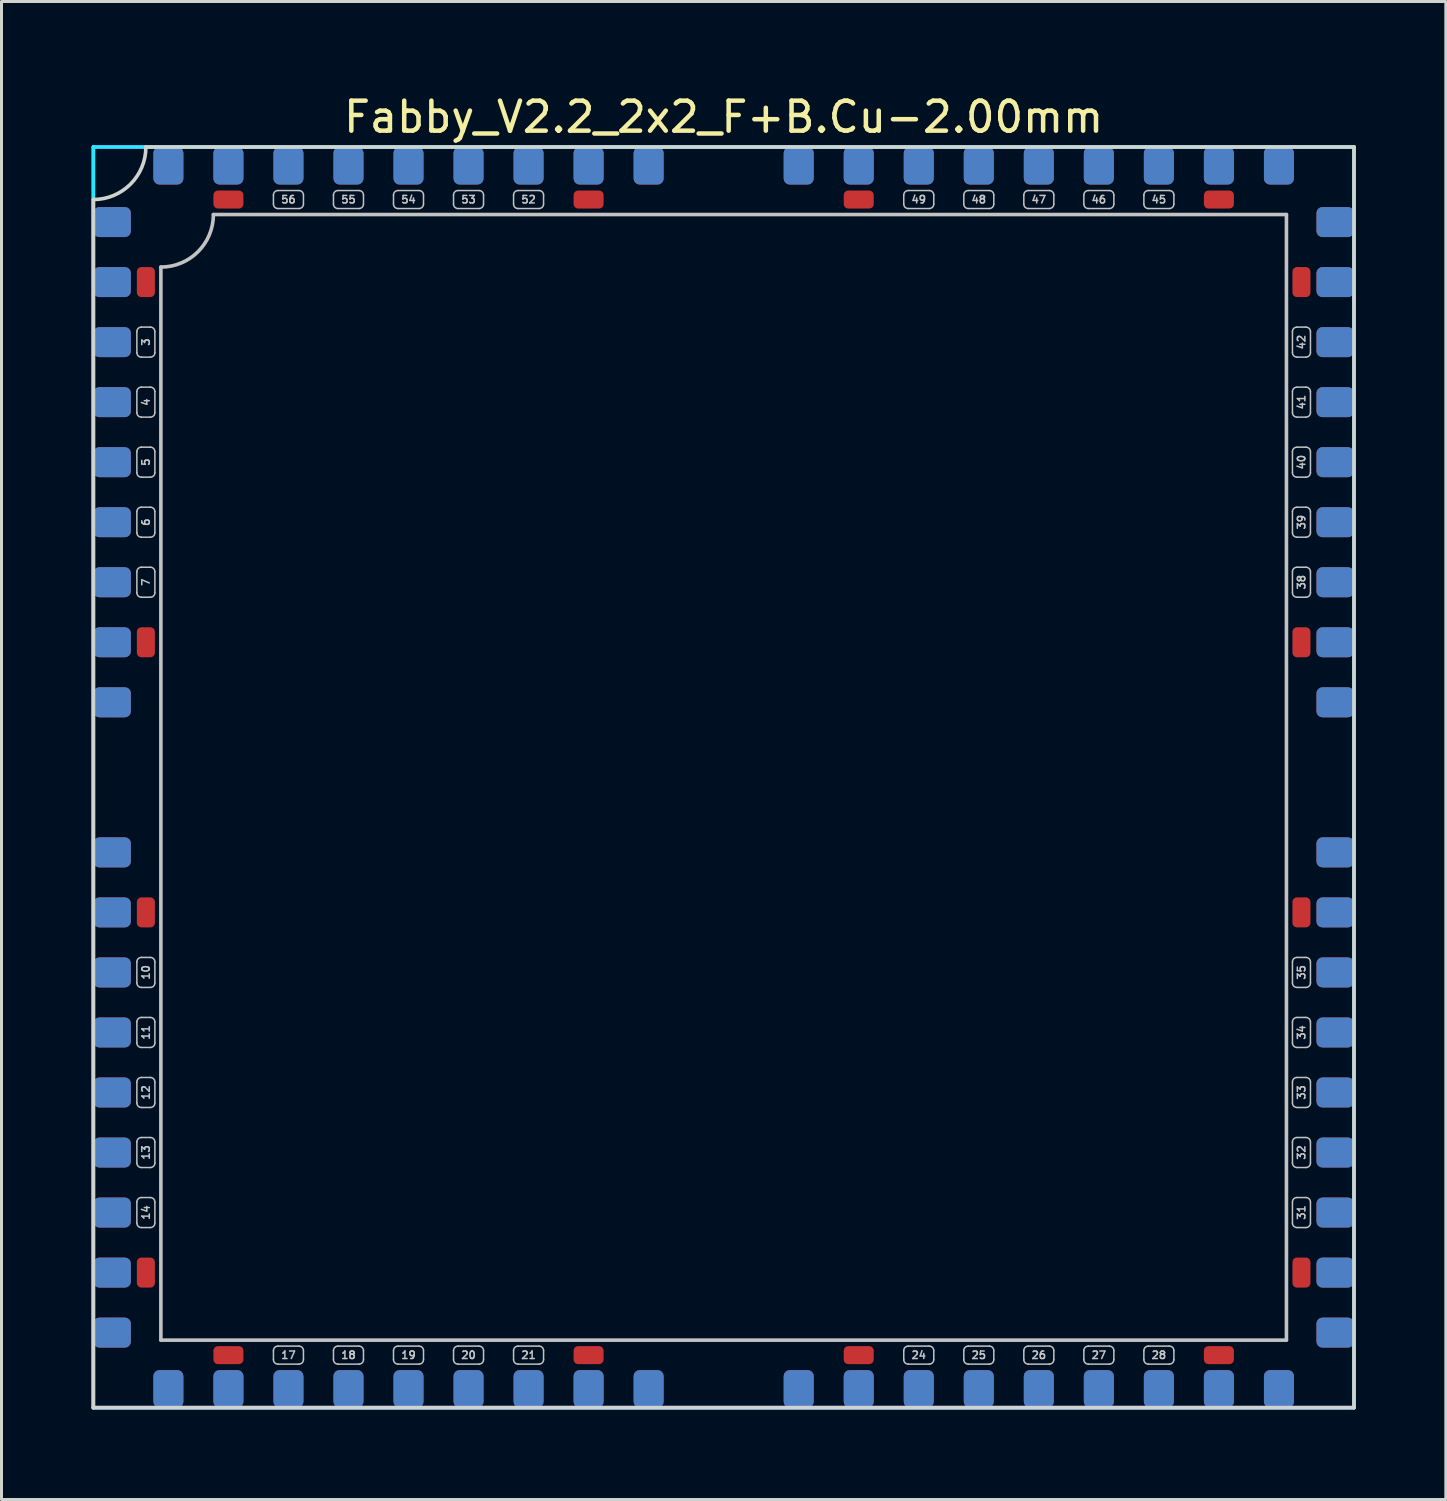
<source format=kicad_pcb>
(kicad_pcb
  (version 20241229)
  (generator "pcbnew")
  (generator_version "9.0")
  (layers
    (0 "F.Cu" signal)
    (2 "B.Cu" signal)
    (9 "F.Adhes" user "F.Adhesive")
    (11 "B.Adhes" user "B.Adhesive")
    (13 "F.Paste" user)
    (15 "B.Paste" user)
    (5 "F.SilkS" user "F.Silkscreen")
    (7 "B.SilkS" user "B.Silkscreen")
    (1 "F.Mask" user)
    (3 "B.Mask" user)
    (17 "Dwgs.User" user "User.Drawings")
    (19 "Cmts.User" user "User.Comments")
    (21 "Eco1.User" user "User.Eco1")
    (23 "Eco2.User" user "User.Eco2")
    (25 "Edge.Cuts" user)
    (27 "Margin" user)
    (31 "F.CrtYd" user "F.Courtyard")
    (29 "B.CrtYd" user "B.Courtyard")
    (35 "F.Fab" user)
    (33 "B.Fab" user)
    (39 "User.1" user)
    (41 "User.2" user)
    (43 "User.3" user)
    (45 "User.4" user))
  (footprint "Fabby_V2.2_2x2_F+B.Cu-2.00mm"
    (layer "F.Cu")
    (at 21.06 22.848)
    (property "Reference" "Fabby_V2.2_2x2_F+B.Cu-2.00mm" (at 0 -22 0) (layer "F.SilkS") (effects (font (size 1 1) (thickness 0.15))))
    (attr through_hole)
    (fp_line (start -19.55 -14.15) (end -19.55 -14.85) (stroke (width 0.05) (type solid)) (layer "Dwgs.User"))
    (fp_line (start -19.55 -12.15) (end -19.55 -12.85) (stroke (width 0.05) (type solid)) (layer "Dwgs.User"))
    (fp_line (start -19.55 -10.15) (end -19.55 -10.85) (stroke (width 0.05) (type solid)) (layer "Dwgs.User"))
    (fp_line (start -19.55 -8.15) (end -19.55 -8.85) (stroke (width 0.05) (type solid)) (layer "Dwgs.User"))
    (fp_line (start -19.55 -6.15) (end -19.55 -6.85) (stroke (width 0.05) (type solid)) (layer "Dwgs.User"))
    (fp_line (start -19.55 6.15) (end -19.55 6.85) (stroke (width 0.05) (type solid)) (layer "Dwgs.User"))
    (fp_line (start -19.55 8.15) (end -19.55 8.85) (stroke (width 0.05) (type solid)) (layer "Dwgs.User"))
    (fp_line (start -19.55 10.15) (end -19.55 10.85) (stroke (width 0.05) (type solid)) (layer "Dwgs.User"))
    (fp_line (start -19.55 12.15) (end -19.55 12.85) (stroke (width 0.05) (type solid)) (layer "Dwgs.User"))
    (fp_line (start -19.55 14.15) (end -19.55 14.85) (stroke (width 0.05) (type solid)) (layer "Dwgs.User"))
    (fp_line (start -19.4 -15) (end -19.1 -15) (stroke (width 0.05) (type solid)) (layer "Dwgs.User"))
    (fp_line (start -19.4 -14) (end -19.1 -14) (stroke (width 0.05) (type solid)) (layer "Dwgs.User"))
    (fp_line (start -19.4 -13) (end -19.1 -13) (stroke (width 0.05) (type solid)) (layer "Dwgs.User"))
    (fp_line (start -19.4 -12) (end -19.1 -12) (stroke (width 0.05) (type solid)) (layer "Dwgs.User"))
    (fp_line (start -19.4 -11) (end -19.1 -11) (stroke (width 0.05) (type solid)) (layer "Dwgs.User"))
    (fp_line (start -19.4 -10) (end -19.1 -10) (stroke (width 0.05) (type solid)) (layer "Dwgs.User"))
    (fp_line (start -19.4 -9) (end -19.1 -9) (stroke (width 0.05) (type solid)) (layer "Dwgs.User"))
    (fp_line (start -19.4 -8) (end -19.1 -8) (stroke (width 0.05) (type solid)) (layer "Dwgs.User"))
    (fp_line (start -19.4 -7) (end -19.1 -7) (stroke (width 0.05) (type solid)) (layer "Dwgs.User"))
    (fp_line (start -19.4 -6) (end -19.1 -6) (stroke (width 0.05) (type solid)) (layer "Dwgs.User"))
    (fp_line (start -19.1 6) (end -19.4 6) (stroke (width 0.05) (type solid)) (layer "Dwgs.User"))
    (fp_line (start -19.1 7) (end -19.4 7) (stroke (width 0.05) (type solid)) (layer "Dwgs.User"))
    (fp_line (start -19.1 8) (end -19.4 8) (stroke (width 0.05) (type solid)) (layer "Dwgs.User"))
    (fp_line (start -19.1 9) (end -19.4 9) (stroke (width 0.05) (type solid)) (layer "Dwgs.User"))
    (fp_line (start -19.1 10) (end -19.4 10) (stroke (width 0.05) (type solid)) (layer "Dwgs.User"))
    (fp_line (start -19.1 11) (end -19.4 11) (stroke (width 0.05) (type solid)) (layer "Dwgs.User"))
    (fp_line (start -19.1 12) (end -19.4 12) (stroke (width 0.05) (type solid)) (layer "Dwgs.User"))
    (fp_line (start -19.1 13) (end -19.4 13) (stroke (width 0.05) (type solid)) (layer "Dwgs.User"))
    (fp_line (start -19.1 14) (end -19.4 14) (stroke (width 0.05) (type solid)) (layer "Dwgs.User"))
    (fp_line (start -19.1 15) (end -19.4 15) (stroke (width 0.05) (type solid)) (layer "Dwgs.User"))
    (fp_line (start -18.95 -14.15) (end -18.95 -14.85) (stroke (width 0.05) (type solid)) (layer "Dwgs.User"))
    (fp_line (start -18.95 -12.15) (end -18.95 -12.85) (stroke (width 0.05) (type solid)) (layer "Dwgs.User"))
    (fp_line (start -18.95 -10.15) (end -18.95 -10.85) (stroke (width 0.05) (type solid)) (layer "Dwgs.User"))
    (fp_line (start -18.95 -8.15) (end -18.95 -8.85) (stroke (width 0.05) (type solid)) (layer "Dwgs.User"))
    (fp_line (start -18.95 -6.15) (end -18.95 -6.85) (stroke (width 0.05) (type solid)) (layer "Dwgs.User"))
    (fp_line (start -18.95 6.15) (end -18.95 6.85) (stroke (width 0.05) (type solid)) (layer "Dwgs.User"))
    (fp_line (start -18.95 8.15) (end -18.95 8.85) (stroke (width 0.05) (type solid)) (layer "Dwgs.User"))
    (fp_line (start -18.95 10.15) (end -18.95 10.85) (stroke (width 0.05) (type solid)) (layer "Dwgs.User"))
    (fp_line (start -18.95 12.15) (end -18.95 12.85) (stroke (width 0.05) (type solid)) (layer "Dwgs.User"))
    (fp_line (start -18.95 14.15) (end -18.95 14.85) (stroke (width 0.05) (type solid)) (layer "Dwgs.User"))
    (fp_line (start -18.75 18.75) (end -18.75 -17) (stroke (width 0.12) (type solid)) (layer "Dwgs.User"))
    (fp_line (start -17 -18.75) (end 18.75 -18.75) (stroke (width 0.12) (type solid)) (layer "Dwgs.User"))
    (fp_line (start -15 -19.1) (end -15 -19.4) (stroke (width 0.05) (type solid)) (layer "Dwgs.User"))
    (fp_line (start -15 19.4) (end -15 19.1) (stroke (width 0.05) (type solid)) (layer "Dwgs.User"))
    (fp_line (start -14.15 -19.55) (end -14.85 -19.55) (stroke (width 0.05) (type solid)) (layer "Dwgs.User"))
    (fp_line (start -14.15 -18.95) (end -14.85 -18.95) (stroke (width 0.05) (type solid)) (layer "Dwgs.User"))
    (fp_line (start -14.15 18.95) (end -14.85 18.95) (stroke (width 0.05) (type solid)) (layer "Dwgs.User"))
    (fp_line (start -14.15 19.55) (end -14.85 19.55) (stroke (width 0.05) (type solid)) (layer "Dwgs.User"))
    (fp_line (start -14 -19.1) (end -14 -19.4) (stroke (width 0.05) (type solid)) (layer "Dwgs.User"))
    (fp_line (start -14 19.4) (end -14 19.1) (stroke (width 0.05) (type solid)) (layer "Dwgs.User"))
    (fp_line (start -13 -19.1) (end -13 -19.4) (stroke (width 0.05) (type solid)) (layer "Dwgs.User"))
    (fp_line (start -13 19.4) (end -13 19.1) (stroke (width 0.05) (type solid)) (layer "Dwgs.User"))
    (fp_line (start -12.15 -19.55) (end -12.85 -19.55) (stroke (width 0.05) (type solid)) (layer "Dwgs.User"))
    (fp_line (start -12.15 -18.95) (end -12.85 -18.95) (stroke (width 0.05) (type solid)) (layer "Dwgs.User"))
    (fp_line (start -12.15 18.95) (end -12.85 18.95) (stroke (width 0.05) (type solid)) (layer "Dwgs.User"))
    (fp_line (start -12.15 19.55) (end -12.85 19.55) (stroke (width 0.05) (type solid)) (layer "Dwgs.User"))
    (fp_line (start -12 -19.1) (end -12 -19.4) (stroke (width 0.05) (type solid)) (layer "Dwgs.User"))
    (fp_line (start -12 19.4) (end -12 19.1) (stroke (width 0.05) (type solid)) (layer "Dwgs.User"))
    (fp_line (start -11 -19.1) (end -11 -19.4) (stroke (width 0.05) (type solid)) (layer "Dwgs.User"))
    (fp_line (start -11 19.4) (end -11 19.1) (stroke (width 0.05) (type solid)) (layer "Dwgs.User"))
    (fp_line (start -10.15 -19.55) (end -10.85 -19.55) (stroke (width 0.05) (type solid)) (layer "Dwgs.User"))
    (fp_line (start -10.15 -18.95) (end -10.85 -18.95) (stroke (width 0.05) (type solid)) (layer "Dwgs.User"))
    (fp_line (start -10.15 18.95) (end -10.85 18.95) (stroke (width 0.05) (type solid)) (layer "Dwgs.User"))
    (fp_line (start -10.15 19.55) (end -10.85 19.55) (stroke (width 0.05) (type solid)) (layer "Dwgs.User"))
    (fp_line (start -10 -19.1) (end -10 -19.4) (stroke (width 0.05) (type solid)) (layer "Dwgs.User"))
    (fp_line (start -10 19.4) (end -10 19.1) (stroke (width 0.05) (type solid)) (layer "Dwgs.User"))
    (fp_line (start -9 -19.1) (end -9 -19.4) (stroke (width 0.05) (type solid)) (layer "Dwgs.User"))
    (fp_line (start -9 19.4) (end -9 19.1) (stroke (width 0.05) (type solid)) (layer "Dwgs.User"))
    (fp_line (start -8.15 -19.55) (end -8.85 -19.55) (stroke (width 0.05) (type solid)) (layer "Dwgs.User"))
    (fp_line (start -8.15 -18.95) (end -8.85 -18.95) (stroke (width 0.05) (type solid)) (layer "Dwgs.User"))
    (fp_line (start -8.15 18.95) (end -8.85 18.95) (stroke (width 0.05) (type solid)) (layer "Dwgs.User"))
    (fp_line (start -8.15 19.55) (end -8.85 19.55) (stroke (width 0.05) (type solid)) (layer "Dwgs.User"))
    (fp_line (start -8 -19.1) (end -8 -19.4) (stroke (width 0.05) (type solid)) (layer "Dwgs.User"))
    (fp_line (start -8 19.4) (end -8 19.1) (stroke (width 0.05) (type solid)) (layer "Dwgs.User"))
    (fp_line (start -7 -19.1) (end -7 -19.4) (stroke (width 0.05) (type solid)) (layer "Dwgs.User"))
    (fp_line (start -7 19.4) (end -7 19.1) (stroke (width 0.05) (type solid)) (layer "Dwgs.User"))
    (fp_line (start -6.15 -19.55) (end -6.85 -19.55) (stroke (width 0.05) (type solid)) (layer "Dwgs.User"))
    (fp_line (start -6.15 -18.95) (end -6.85 -18.95) (stroke (width 0.05) (type solid)) (layer "Dwgs.User"))
    (fp_line (start -6.15 18.95) (end -6.85 18.95) (stroke (width 0.05) (type solid)) (layer "Dwgs.User"))
    (fp_line (start -6.15 19.55) (end -6.85 19.55) (stroke (width 0.05) (type solid)) (layer "Dwgs.User"))
    (fp_line (start -6 -19.1) (end -6 -19.4) (stroke (width 0.05) (type solid)) (layer "Dwgs.User"))
    (fp_line (start -6 19.4) (end -6 19.1) (stroke (width 0.05) (type solid)) (layer "Dwgs.User"))
    (fp_line (start 6 -19.1) (end 6 -19.4) (stroke (width 0.05) (type solid)) (layer "Dwgs.User"))
    (fp_line (start 6 19.4) (end 6 19.1) (stroke (width 0.05) (type solid)) (layer "Dwgs.User"))
    (fp_line (start 6.85 -19.55) (end 6.15 -19.55) (stroke (width 0.05) (type solid)) (layer "Dwgs.User"))
    (fp_line (start 6.85 -18.95) (end 6.15 -18.95) (stroke (width 0.05) (type solid)) (layer "Dwgs.User"))
    (fp_line (start 6.85 18.95) (end 6.15 18.95) (stroke (width 0.05) (type solid)) (layer "Dwgs.User"))
    (fp_line (start 6.85 19.55) (end 6.15 19.55) (stroke (width 0.05) (type solid)) (layer "Dwgs.User"))
    (fp_line (start 7 -19.1) (end 7 -19.4) (stroke (width 0.05) (type solid)) (layer "Dwgs.User"))
    (fp_line (start 7 19.4) (end 7 19.1) (stroke (width 0.05) (type solid)) (layer "Dwgs.User"))
    (fp_line (start 8 -19.1) (end 8 -19.4) (stroke (width 0.05) (type solid)) (layer "Dwgs.User"))
    (fp_line (start 8 19.4) (end 8 19.1) (stroke (width 0.05) (type solid)) (layer "Dwgs.User"))
    (fp_line (start 8.85 -19.55) (end 8.15 -19.55) (stroke (width 0.05) (type solid)) (layer "Dwgs.User"))
    (fp_line (start 8.85 -18.95) (end 8.15 -18.95) (stroke (width 0.05) (type solid)) (layer "Dwgs.User"))
    (fp_line (start 8.85 18.95) (end 8.15 18.95) (stroke (width 0.05) (type solid)) (layer "Dwgs.User"))
    (fp_line (start 8.85 19.55) (end 8.15 19.55) (stroke (width 0.05) (type solid)) (layer "Dwgs.User"))
    (fp_line (start 9 -19.1) (end 9 -19.4) (stroke (width 0.05) (type solid)) (layer "Dwgs.User"))
    (fp_line (start 9 19.4) (end 9 19.1) (stroke (width 0.05) (type solid)) (layer "Dwgs.User"))
    (fp_line (start 10 -19.1) (end 10 -19.4) (stroke (width 0.05) (type solid)) (layer "Dwgs.User"))
    (fp_line (start 10 19.4) (end 10 19.1) (stroke (width 0.05) (type solid)) (layer "Dwgs.User"))
    (fp_line (start 10.85 -19.55) (end 10.15 -19.55) (stroke (width 0.05) (type solid)) (layer "Dwgs.User"))
    (fp_line (start 10.85 -18.95) (end 10.15 -18.95) (stroke (width 0.05) (type solid)) (layer "Dwgs.User"))
    (fp_line (start 10.85 18.95) (end 10.15 18.95) (stroke (width 0.05) (type solid)) (layer "Dwgs.User"))
    (fp_line (start 10.85 19.55) (end 10.15 19.55) (stroke (width 0.05) (type solid)) (layer "Dwgs.User"))
    (fp_line (start 11 -19.1) (end 11 -19.4) (stroke (width 0.05) (type solid)) (layer "Dwgs.User"))
    (fp_line (start 11 19.4) (end 11 19.1) (stroke (width 0.05) (type solid)) (layer "Dwgs.User"))
    (fp_line (start 12 -19.1) (end 12 -19.4) (stroke (width 0.05) (type solid)) (layer "Dwgs.User"))
    (fp_line (start 12 19.4) (end 12 19.1) (stroke (width 0.05) (type solid)) (layer "Dwgs.User"))
    (fp_line (start 12.85 -19.55) (end 12.15 -19.55) (stroke (width 0.05) (type solid)) (layer "Dwgs.User"))
    (fp_line (start 12.85 -18.95) (end 12.15 -18.95) (stroke (width 0.05) (type solid)) (layer "Dwgs.User"))
    (fp_line (start 12.85 18.95) (end 12.15 18.95) (stroke (width 0.05) (type solid)) (layer "Dwgs.User"))
    (fp_line (start 12.85 19.55) (end 12.15 19.55) (stroke (width 0.05) (type solid)) (layer "Dwgs.User"))
    (fp_line (start 13 -19.1) (end 13 -19.4) (stroke (width 0.05) (type solid)) (layer "Dwgs.User"))
    (fp_line (start 13 19.4) (end 13 19.1) (stroke (width 0.05) (type solid)) (layer "Dwgs.User"))
    (fp_line (start 14 -19.1) (end 14 -19.4) (stroke (width 0.05) (type solid)) (layer "Dwgs.User"))
    (fp_line (start 14 19.4) (end 14 19.1) (stroke (width 0.05) (type solid)) (layer "Dwgs.User"))
    (fp_line (start 14.85 -19.55) (end 14.15 -19.55) (stroke (width 0.05) (type solid)) (layer "Dwgs.User"))
    (fp_line (start 14.85 -18.95) (end 14.15 -18.95) (stroke (width 0.05) (type solid)) (layer "Dwgs.User"))
    (fp_line (start 14.85 18.95) (end 14.15 18.95) (stroke (width 0.05) (type solid)) (layer "Dwgs.User"))
    (fp_line (start 14.85 19.55) (end 14.15 19.55) (stroke (width 0.05) (type solid)) (layer "Dwgs.User"))
    (fp_line (start 15 -19.1) (end 15 -19.4) (stroke (width 0.05) (type solid)) (layer "Dwgs.User"))
    (fp_line (start 15 19.4) (end 15 19.1) (stroke (width 0.05) (type solid)) (layer "Dwgs.User"))
    (fp_line (start 18.75 -18.75) (end 18.75 18.75) (stroke (width 0.12) (type solid)) (layer "Dwgs.User"))
    (fp_line (start 18.75 18.75) (end -18.75 18.75) (stroke (width 0.12) (type solid)) (layer "Dwgs.User"))
    (fp_line (start 18.95 -14.85) (end 18.95 -14.15) (stroke (width 0.05) (type solid)) (layer "Dwgs.User"))
    (fp_line (start 18.95 -12.85) (end 18.95 -12.15) (stroke (width 0.05) (type solid)) (layer "Dwgs.User"))
    (fp_line (start 18.95 -10.85) (end 18.95 -10.15) (stroke (width 0.05) (type solid)) (layer "Dwgs.User"))
    (fp_line (start 18.95 -8.85) (end 18.95 -8.15) (stroke (width 0.05) (type solid)) (layer "Dwgs.User"))
    (fp_line (start 18.95 -6.85) (end 18.95 -6.15) (stroke (width 0.05) (type solid)) (layer "Dwgs.User"))
    (fp_line (start 18.95 6.85) (end 18.95 6.15) (stroke (width 0.05) (type solid)) (layer "Dwgs.User"))
    (fp_line (start 18.95 8.85) (end 18.95 8.15) (stroke (width 0.05) (type solid)) (layer "Dwgs.User"))
    (fp_line (start 18.95 10.85) (end 18.95 10.15) (stroke (width 0.05) (type solid)) (layer "Dwgs.User"))
    (fp_line (start 18.95 12.85) (end 18.95 12.15) (stroke (width 0.05) (type solid)) (layer "Dwgs.User"))
    (fp_line (start 18.95 14.85) (end 18.95 14.15) (stroke (width 0.05) (type solid)) (layer "Dwgs.User"))
    (fp_line (start 19.1 6) (end 19.4 6) (stroke (width 0.05) (type solid)) (layer "Dwgs.User"))
    (fp_line (start 19.1 7) (end 19.4 7) (stroke (width 0.05) (type solid)) (layer "Dwgs.User"))
    (fp_line (start 19.1 8) (end 19.4 8) (stroke (width 0.05) (type solid)) (layer "Dwgs.User"))
    (fp_line (start 19.1 9) (end 19.4 9) (stroke (width 0.05) (type solid)) (layer "Dwgs.User"))
    (fp_line (start 19.1 10) (end 19.4 10) (stroke (width 0.05) (type solid)) (layer "Dwgs.User"))
    (fp_line (start 19.1 11) (end 19.4 11) (stroke (width 0.05) (type solid)) (layer "Dwgs.User"))
    (fp_line (start 19.1 12) (end 19.4 12) (stroke (width 0.05) (type solid)) (layer "Dwgs.User"))
    (fp_line (start 19.1 13) (end 19.4 13) (stroke (width 0.05) (type solid)) (layer "Dwgs.User"))
    (fp_line (start 19.1 14) (end 19.4 14) (stroke (width 0.05) (type solid)) (layer "Dwgs.User"))
    (fp_line (start 19.1 15) (end 19.4 15) (stroke (width 0.05) (type solid)) (layer "Dwgs.User"))
    (fp_line (start 19.4 -15) (end 19.1 -15) (stroke (width 0.05) (type solid)) (layer "Dwgs.User"))
    (fp_line (start 19.4 -14) (end 19.1 -14) (stroke (width 0.05) (type solid)) (layer "Dwgs.User"))
    (fp_line (start 19.4 -13) (end 19.1 -13) (stroke (width 0.05) (type solid)) (layer "Dwgs.User"))
    (fp_line (start 19.4 -12) (end 19.1 -12) (stroke (width 0.05) (type solid)) (layer "Dwgs.User"))
    (fp_line (start 19.4 -11) (end 19.1 -11) (stroke (width 0.05) (type solid)) (layer "Dwgs.User"))
    (fp_line (start 19.4 -10) (end 19.1 -10) (stroke (width 0.05) (type solid)) (layer "Dwgs.User"))
    (fp_line (start 19.4 -9) (end 19.1 -9) (stroke (width 0.05) (type solid)) (layer "Dwgs.User"))
    (fp_line (start 19.4 -8) (end 19.1 -8) (stroke (width 0.05) (type solid)) (layer "Dwgs.User"))
    (fp_line (start 19.4 -7) (end 19.1 -7) (stroke (width 0.05) (type solid)) (layer "Dwgs.User"))
    (fp_line (start 19.4 -6) (end 19.1 -6) (stroke (width 0.05) (type solid)) (layer "Dwgs.User"))
    (fp_line (start 19.55 -14.85) (end 19.55 -14.15) (stroke (width 0.05) (type solid)) (layer "Dwgs.User"))
    (fp_line (start 19.55 -12.85) (end 19.55 -12.15) (stroke (width 0.05) (type solid)) (layer "Dwgs.User"))
    (fp_line (start 19.55 -10.85) (end 19.55 -10.15) (stroke (width 0.05) (type solid)) (layer "Dwgs.User"))
    (fp_line (start 19.55 -8.85) (end 19.55 -8.15) (stroke (width 0.05) (type solid)) (layer "Dwgs.User"))
    (fp_line (start 19.55 -6.85) (end 19.55 -6.15) (stroke (width 0.05) (type solid)) (layer "Dwgs.User"))
    (fp_line (start 19.55 6.85) (end 19.55 6.15) (stroke (width 0.05) (type solid)) (layer "Dwgs.User"))
    (fp_line (start 19.55 8.85) (end 19.55 8.15) (stroke (width 0.05) (type solid)) (layer "Dwgs.User"))
    (fp_line (start 19.55 10.85) (end 19.55 10.15) (stroke (width 0.05) (type solid)) (layer "Dwgs.User"))
    (fp_line (start 19.55 12.85) (end 19.55 12.15) (stroke (width 0.05) (type solid)) (layer "Dwgs.User"))
    (fp_line (start 19.55 14.85) (end 19.55 14.15) (stroke (width 0.05) (type solid)) (layer "Dwgs.User"))
    (fp_arc (start -19.55 -14.85) (mid -19.506066 -14.956066) (end -19.4 -15) (stroke (width 0.05) (type solid)) (layer "Dwgs.User"))
    (fp_arc (start -19.55 -12.85) (mid -19.506066 -12.956066) (end -19.4 -13) (stroke (width 0.05) (type solid)) (layer "Dwgs.User"))
    (fp_arc (start -19.55 -10.85) (mid -19.506066 -10.956066) (end -19.4 -11) (stroke (width 0.05) (type solid)) (layer "Dwgs.User"))
    (fp_arc (start -19.55 -8.85) (mid -19.506066 -8.956066) (end -19.4 -9) (stroke (width 0.05) (type solid)) (layer "Dwgs.User"))
    (fp_arc (start -19.55 -6.85) (mid -19.506066 -6.956066) (end -19.4 -7) (stroke (width 0.05) (type solid)) (layer "Dwgs.User"))
    (fp_arc (start -19.55 6.15) (mid -19.506066 6.043934) (end -19.4 6) (stroke (width 0.05) (type solid)) (layer "Dwgs.User"))
    (fp_arc (start -19.55 8.15) (mid -19.506066 8.043934) (end -19.4 8) (stroke (width 0.05) (type solid)) (layer "Dwgs.User"))
    (fp_arc (start -19.55 10.15) (mid -19.506066 10.043934) (end -19.4 10) (stroke (width 0.05) (type solid)) (layer "Dwgs.User"))
    (fp_arc (start -19.55 12.15) (mid -19.506066 12.043934) (end -19.4 12) (stroke (width 0.05) (type solid)) (layer "Dwgs.User"))
    (fp_arc (start -19.55 14.15) (mid -19.506066 14.043934) (end -19.4 14) (stroke (width 0.05) (type solid)) (layer "Dwgs.User"))
    (fp_arc (start -19.4 -14) (mid -19.506066 -14.043934) (end -19.55 -14.15) (stroke (width 0.05) (type solid)) (layer "Dwgs.User"))
    (fp_arc (start -19.4 -12) (mid -19.506066 -12.043934) (end -19.55 -12.15) (stroke (width 0.05) (type solid)) (layer "Dwgs.User"))
    (fp_arc (start -19.4 -10) (mid -19.506066 -10.043934) (end -19.55 -10.15) (stroke (width 0.05) (type solid)) (layer "Dwgs.User"))
    (fp_arc (start -19.4 -8) (mid -19.506066 -8.043934) (end -19.55 -8.15) (stroke (width 0.05) (type solid)) (layer "Dwgs.User"))
    (fp_arc (start -19.4 -6) (mid -19.506066 -6.043934) (end -19.55 -6.15) (stroke (width 0.05) (type solid)) (layer "Dwgs.User"))
    (fp_arc (start -19.4 7) (mid -19.506066 6.956066) (end -19.55 6.85) (stroke (width 0.05) (type solid)) (layer "Dwgs.User"))
    (fp_arc (start -19.4 9) (mid -19.506066 8.956066) (end -19.55 8.85) (stroke (width 0.05) (type solid)) (layer "Dwgs.User"))
    (fp_arc (start -19.4 11) (mid -19.506066 10.956066) (end -19.55 10.85) (stroke (width 0.05) (type solid)) (layer "Dwgs.User"))
    (fp_arc (start -19.4 13) (mid -19.506066 12.956066) (end -19.55 12.85) (stroke (width 0.05) (type solid)) (layer "Dwgs.User"))
    (fp_arc (start -19.4 15) (mid -19.506066 14.956066) (end -19.55 14.85) (stroke (width 0.05) (type solid)) (layer "Dwgs.User"))
    (fp_arc (start -19.1 -15) (mid -18.993934 -14.956066) (end -18.95 -14.85) (stroke (width 0.05) (type solid)) (layer "Dwgs.User"))
    (fp_arc (start -19.1 -13) (mid -18.993934 -12.956066) (end -18.95 -12.85) (stroke (width 0.05) (type solid)) (layer "Dwgs.User"))
    (fp_arc (start -19.1 -11) (mid -18.993934 -10.956066) (end -18.95 -10.85) (stroke (width 0.05) (type solid)) (layer "Dwgs.User"))
    (fp_arc (start -19.1 -9) (mid -18.993934 -8.956066) (end -18.95 -8.85) (stroke (width 0.05) (type solid)) (layer "Dwgs.User"))
    (fp_arc (start -19.1 -7) (mid -18.993934 -6.956066) (end -18.95 -6.85) (stroke (width 0.05) (type solid)) (layer "Dwgs.User"))
    (fp_arc (start -19.1 6) (mid -18.993934 6.043934) (end -18.95 6.15) (stroke (width 0.05) (type solid)) (layer "Dwgs.User"))
    (fp_arc (start -19.1 8) (mid -18.993934 8.043934) (end -18.95 8.15) (stroke (width 0.05) (type solid)) (layer "Dwgs.User"))
    (fp_arc (start -19.1 10) (mid -18.993934 10.043934) (end -18.95 10.15) (stroke (width 0.05) (type solid)) (layer "Dwgs.User"))
    (fp_arc (start -19.1 12) (mid -18.993934 12.043934) (end -18.95 12.15) (stroke (width 0.05) (type solid)) (layer "Dwgs.User"))
    (fp_arc (start -19.1 14) (mid -18.993934 14.043934) (end -18.95 14.15) (stroke (width 0.05) (type solid)) (layer "Dwgs.User"))
    (fp_arc (start -18.95 -14.15) (mid -18.993934 -14.043934) (end -19.1 -14) (stroke (width 0.05) (type solid)) (layer "Dwgs.User"))
    (fp_arc (start -18.95 -12.15) (mid -18.993934 -12.043934) (end -19.1 -12) (stroke (width 0.05) (type solid)) (layer "Dwgs.User"))
    (fp_arc (start -18.95 -10.15) (mid -18.993934 -10.043934) (end -19.1 -10) (stroke (width 0.05) (type solid)) (layer "Dwgs.User"))
    (fp_arc (start -18.95 -8.15) (mid -18.993934 -8.043934) (end -19.1 -8) (stroke (width 0.05) (type solid)) (layer "Dwgs.User"))
    (fp_arc (start -18.95 -6.15) (mid -18.993934 -6.043934) (end -19.1 -6) (stroke (width 0.05) (type solid)) (layer "Dwgs.User"))
    (fp_arc (start -18.95 6.85) (mid -18.993934 6.956066) (end -19.1 7) (stroke (width 0.05) (type solid)) (layer "Dwgs.User"))
    (fp_arc (start -18.95 8.85) (mid -18.993934 8.956066) (end -19.1 9) (stroke (width 0.05) (type solid)) (layer "Dwgs.User"))
    (fp_arc (start -18.95 10.85) (mid -18.993934 10.956066) (end -19.1 11) (stroke (width 0.05) (type solid)) (layer "Dwgs.User"))
    (fp_arc (start -18.95 12.85) (mid -18.993934 12.956066) (end -19.1 13) (stroke (width 0.05) (type solid)) (layer "Dwgs.User"))
    (fp_arc (start -18.95 14.85) (mid -18.993934 14.956066) (end -19.1 15) (stroke (width 0.05) (type solid)) (layer "Dwgs.User"))
    (fp_arc (start -17 -18.75) (mid -17.512563 -17.512563) (end -18.75 -17) (stroke (width 0.12) (type solid)) (layer "Dwgs.User"))
    (fp_arc (start -15 -19.4) (mid -14.956066 -19.506066) (end -14.85 -19.55) (stroke (width 0.05) (type solid)) (layer "Dwgs.User"))
    (fp_arc (start -15 19.1) (mid -14.956066 18.993934) (end -14.85 18.95) (stroke (width 0.05) (type solid)) (layer "Dwgs.User"))
    (fp_arc (start -14.85 -18.95) (mid -14.956066 -18.993934) (end -15 -19.1) (stroke (width 0.05) (type solid)) (layer "Dwgs.User"))
    (fp_arc (start -14.85 19.55) (mid -14.956066 19.506066) (end -15 19.4) (stroke (width 0.05) (type solid)) (layer "Dwgs.User"))
    (fp_arc (start -14.15 -19.55) (mid -14.043934 -19.506066) (end -14 -19.4) (stroke (width 0.05) (type solid)) (layer "Dwgs.User"))
    (fp_arc (start -14.15 18.95) (mid -14.043934 18.993934) (end -14 19.1) (stroke (width 0.05) (type solid)) (layer "Dwgs.User"))
    (fp_arc (start -14 -19.1) (mid -14.043934 -18.993934) (end -14.15 -18.95) (stroke (width 0.05) (type solid)) (layer "Dwgs.User"))
    (fp_arc (start -14 19.4) (mid -14.043934 19.506066) (end -14.15 19.55) (stroke (width 0.05) (type solid)) (layer "Dwgs.User"))
    (fp_arc (start -13 -19.4) (mid -12.956066 -19.506066) (end -12.85 -19.55) (stroke (width 0.05) (type solid)) (layer "Dwgs.User"))
    (fp_arc (start -13 19.1) (mid -12.956066 18.993934) (end -12.85 18.95) (stroke (width 0.05) (type solid)) (layer "Dwgs.User"))
    (fp_arc (start -12.85 -18.95) (mid -12.956066 -18.993934) (end -13 -19.1) (stroke (width 0.05) (type solid)) (layer "Dwgs.User"))
    (fp_arc (start -12.85 19.55) (mid -12.956066 19.506066) (end -13 19.4) (stroke (width 0.05) (type solid)) (layer "Dwgs.User"))
    (fp_arc (start -12.15 -19.55) (mid -12.043934 -19.506066) (end -12 -19.4) (stroke (width 0.05) (type solid)) (layer "Dwgs.User"))
    (fp_arc (start -12.15 18.95) (mid -12.043934 18.993934) (end -12 19.1) (stroke (width 0.05) (type solid)) (layer "Dwgs.User"))
    (fp_arc (start -12 -19.1) (mid -12.043934 -18.993934) (end -12.15 -18.95) (stroke (width 0.05) (type solid)) (layer "Dwgs.User"))
    (fp_arc (start -12 19.4) (mid -12.043934 19.506066) (end -12.15 19.55) (stroke (width 0.05) (type solid)) (layer "Dwgs.User"))
    (fp_arc (start -11 -19.4) (mid -10.956066 -19.506066) (end -10.85 -19.55) (stroke (width 0.05) (type solid)) (layer "Dwgs.User"))
    (fp_arc (start -11 19.1) (mid -10.956066 18.993934) (end -10.85 18.95) (stroke (width 0.05) (type solid)) (layer "Dwgs.User"))
    (fp_arc (start -10.85 -18.95) (mid -10.956066 -18.993934) (end -11 -19.1) (stroke (width 0.05) (type solid)) (layer "Dwgs.User"))
    (fp_arc (start -10.85 19.55) (mid -10.956066 19.506066) (end -11 19.4) (stroke (width 0.05) (type solid)) (layer "Dwgs.User"))
    (fp_arc (start -10.15 -19.55) (mid -10.043934 -19.506066) (end -10 -19.4) (stroke (width 0.05) (type solid)) (layer "Dwgs.User"))
    (fp_arc (start -10.15 18.95) (mid -10.043934 18.993934) (end -10 19.1) (stroke (width 0.05) (type solid)) (layer "Dwgs.User"))
    (fp_arc (start -10 -19.1) (mid -10.043934 -18.993934) (end -10.15 -18.95) (stroke (width 0.05) (type solid)) (layer "Dwgs.User"))
    (fp_arc (start -10 19.4) (mid -10.043934 19.506066) (end -10.15 19.55) (stroke (width 0.05) (type solid)) (layer "Dwgs.User"))
    (fp_arc (start -9 -19.4) (mid -8.956066 -19.506066) (end -8.85 -19.55) (stroke (width 0.05) (type solid)) (layer "Dwgs.User"))
    (fp_arc (start -9 19.1) (mid -8.956066 18.993934) (end -8.85 18.95) (stroke (width 0.05) (type solid)) (layer "Dwgs.User"))
    (fp_arc (start -8.85 -18.95) (mid -8.956066 -18.993934) (end -9 -19.1) (stroke (width 0.05) (type solid)) (layer "Dwgs.User"))
    (fp_arc (start -8.85 19.55) (mid -8.956066 19.506066) (end -9 19.4) (stroke (width 0.05) (type solid)) (layer "Dwgs.User"))
    (fp_arc (start -8.15 -19.55) (mid -8.043934 -19.506066) (end -8 -19.4) (stroke (width 0.05) (type solid)) (layer "Dwgs.User"))
    (fp_arc (start -8.15 18.95) (mid -8.043934 18.993934) (end -8 19.1) (stroke (width 0.05) (type solid)) (layer "Dwgs.User"))
    (fp_arc (start -8 -19.1) (mid -8.043934 -18.993934) (end -8.15 -18.95) (stroke (width 0.05) (type solid)) (layer "Dwgs.User"))
    (fp_arc (start -8 19.4) (mid -8.043934 19.506066) (end -8.15 19.55) (stroke (width 0.05) (type solid)) (layer "Dwgs.User"))
    (fp_arc (start -7 -19.4) (mid -6.956066 -19.506066) (end -6.85 -19.55) (stroke (width 0.05) (type solid)) (layer "Dwgs.User"))
    (fp_arc (start -7 19.1) (mid -6.956066 18.993934) (end -6.85 18.95) (stroke (width 0.05) (type solid)) (layer "Dwgs.User"))
    (fp_arc (start -6.85 -18.95) (mid -6.956066 -18.993934) (end -7 -19.1) (stroke (width 0.05) (type solid)) (layer "Dwgs.User"))
    (fp_arc (start -6.85 19.55) (mid -6.956066 19.506066) (end -7 19.4) (stroke (width 0.05) (type solid)) (layer "Dwgs.User"))
    (fp_arc (start -6.15 -19.55) (mid -6.043934 -19.506066) (end -6 -19.4) (stroke (width 0.05) (type solid)) (layer "Dwgs.User"))
    (fp_arc (start -6.15 18.95) (mid -6.043934 18.993934) (end -6 19.1) (stroke (width 0.05) (type solid)) (layer "Dwgs.User"))
    (fp_arc (start -6 -19.1) (mid -6.043934 -18.993934) (end -6.15 -18.95) (stroke (width 0.05) (type solid)) (layer "Dwgs.User"))
    (fp_arc (start -6 19.4) (mid -6.043934 19.506066) (end -6.15 19.55) (stroke (width 0.05) (type solid)) (layer "Dwgs.User"))
    (fp_arc (start 6 -19.4) (mid 6.043934 -19.506066) (end 6.15 -19.55) (stroke (width 0.05) (type solid)) (layer "Dwgs.User"))
    (fp_arc (start 6 19.1) (mid 6.043934 18.993934) (end 6.15 18.95) (stroke (width 0.05) (type solid)) (layer "Dwgs.User"))
    (fp_arc (start 6.15 -18.95) (mid 6.043934 -18.993934) (end 6 -19.1) (stroke (width 0.05) (type solid)) (layer "Dwgs.User"))
    (fp_arc (start 6.15 19.55) (mid 6.043934 19.506066) (end 6 19.4) (stroke (width 0.05) (type solid)) (layer "Dwgs.User"))
    (fp_arc (start 6.85 -19.55) (mid 6.956066 -19.506066) (end 7 -19.4) (stroke (width 0.05) (type solid)) (layer "Dwgs.User"))
    (fp_arc (start 6.85 18.95) (mid 6.956066 18.993934) (end 7 19.1) (stroke (width 0.05) (type solid)) (layer "Dwgs.User"))
    (fp_arc (start 7 -19.1) (mid 6.956066 -18.993934) (end 6.85 -18.95) (stroke (width 0.05) (type solid)) (layer "Dwgs.User"))
    (fp_arc (start 7 19.4) (mid 6.956066 19.506066) (end 6.85 19.55) (stroke (width 0.05) (type solid)) (layer "Dwgs.User"))
    (fp_arc (start 8 -19.4) (mid 8.043934 -19.506066) (end 8.15 -19.55) (stroke (width 0.05) (type solid)) (layer "Dwgs.User"))
    (fp_arc (start 8 19.1) (mid 8.043934 18.993934) (end 8.15 18.95) (stroke (width 0.05) (type solid)) (layer "Dwgs.User"))
    (fp_arc (start 8.15 -18.95) (mid 8.043934 -18.993934) (end 8 -19.1) (stroke (width 0.05) (type solid)) (layer "Dwgs.User"))
    (fp_arc (start 8.15 19.55) (mid 8.043934 19.506066) (end 8 19.4) (stroke (width 0.05) (type solid)) (layer "Dwgs.User"))
    (fp_arc (start 8.85 -19.55) (mid 8.956066 -19.506066) (end 9 -19.4) (stroke (width 0.05) (type solid)) (layer "Dwgs.User"))
    (fp_arc (start 8.85 18.95) (mid 8.956066 18.993934) (end 9 19.1) (stroke (width 0.05) (type solid)) (layer "Dwgs.User"))
    (fp_arc (start 9 -19.1) (mid 8.956066 -18.993934) (end 8.85 -18.95) (stroke (width 0.05) (type solid)) (layer "Dwgs.User"))
    (fp_arc (start 9 19.4) (mid 8.956066 19.506066) (end 8.85 19.55) (stroke (width 0.05) (type solid)) (layer "Dwgs.User"))
    (fp_arc (start 10 -19.4) (mid 10.043934 -19.506066) (end 10.15 -19.55) (stroke (width 0.05) (type solid)) (layer "Dwgs.User"))
    (fp_arc (start 10 19.1) (mid 10.043934 18.993934) (end 10.15 18.95) (stroke (width 0.05) (type solid)) (layer "Dwgs.User"))
    (fp_arc (start 10.15 -18.95) (mid 10.043934 -18.993934) (end 10 -19.1) (stroke (width 0.05) (type solid)) (layer "Dwgs.User"))
    (fp_arc (start 10.15 19.55) (mid 10.043934 19.506066) (end 10 19.4) (stroke (width 0.05) (type solid)) (layer "Dwgs.User"))
    (fp_arc (start 10.85 -19.55) (mid 10.956066 -19.506066) (end 11 -19.4) (stroke (width 0.05) (type solid)) (layer "Dwgs.User"))
    (fp_arc (start 10.85 18.95) (mid 10.956066 18.993934) (end 11 19.1) (stroke (width 0.05) (type solid)) (layer "Dwgs.User"))
    (fp_arc (start 11 -19.1) (mid 10.956066 -18.993934) (end 10.85 -18.95) (stroke (width 0.05) (type solid)) (layer "Dwgs.User"))
    (fp_arc (start 11 19.4) (mid 10.956066 19.506066) (end 10.85 19.55) (stroke (width 0.05) (type solid)) (layer "Dwgs.User"))
    (fp_arc (start 12 -19.4) (mid 12.043934 -19.506066) (end 12.15 -19.55) (stroke (width 0.05) (type solid)) (layer "Dwgs.User"))
    (fp_arc (start 12 19.1) (mid 12.043934 18.993934) (end 12.15 18.95) (stroke (width 0.05) (type solid)) (layer "Dwgs.User"))
    (fp_arc (start 12.15 -18.95) (mid 12.043934 -18.993934) (end 12 -19.1) (stroke (width 0.05) (type solid)) (layer "Dwgs.User"))
    (fp_arc (start 12.15 19.55) (mid 12.043934 19.506066) (end 12 19.4) (stroke (width 0.05) (type solid)) (layer "Dwgs.User"))
    (fp_arc (start 12.85 -19.55) (mid 12.956066 -19.506066) (end 13 -19.4) (stroke (width 0.05) (type solid)) (layer "Dwgs.User"))
    (fp_arc (start 12.85 18.95) (mid 12.956066 18.993934) (end 13 19.1) (stroke (width 0.05) (type solid)) (layer "Dwgs.User"))
    (fp_arc (start 13 -19.1) (mid 12.956066 -18.993934) (end 12.85 -18.95) (stroke (width 0.05) (type solid)) (layer "Dwgs.User"))
    (fp_arc (start 13 19.4) (mid 12.956066 19.506066) (end 12.85 19.55) (stroke (width 0.05) (type solid)) (layer "Dwgs.User"))
    (fp_arc (start 14 -19.4) (mid 14.043934 -19.506066) (end 14.15 -19.55) (stroke (width 0.05) (type solid)) (layer "Dwgs.User"))
    (fp_arc (start 14 19.1) (mid 14.043934 18.993934) (end 14.15 18.95) (stroke (width 0.05) (type solid)) (layer "Dwgs.User"))
    (fp_arc (start 14.15 -18.95) (mid 14.043934 -18.993934) (end 14 -19.1) (stroke (width 0.05) (type solid)) (layer "Dwgs.User"))
    (fp_arc (start 14.15 19.55) (mid 14.043934 19.506066) (end 14 19.4) (stroke (width 0.05) (type solid)) (layer "Dwgs.User"))
    (fp_arc (start 14.85 -19.55) (mid 14.956066 -19.506066) (end 15 -19.4) (stroke (width 0.05) (type solid)) (layer "Dwgs.User"))
    (fp_arc (start 14.85 18.95) (mid 14.956066 18.993934) (end 15 19.1) (stroke (width 0.05) (type solid)) (layer "Dwgs.User"))
    (fp_arc (start 15 -19.1) (mid 14.956066 -18.993934) (end 14.85 -18.95) (stroke (width 0.05) (type solid)) (layer "Dwgs.User"))
    (fp_arc (start 15 19.4) (mid 14.956066 19.506066) (end 14.85 19.55) (stroke (width 0.05) (type solid)) (layer "Dwgs.User"))
    (fp_arc (start 18.95 -14.85) (mid 18.993934 -14.956066) (end 19.1 -15) (stroke (width 0.05) (type solid)) (layer "Dwgs.User"))
    (fp_arc (start 18.95 -12.85) (mid 18.993934 -12.956066) (end 19.1 -13) (stroke (width 0.05) (type solid)) (layer "Dwgs.User"))
    (fp_arc (start 18.95 -10.85) (mid 18.993934 -10.956066) (end 19.1 -11) (stroke (width 0.05) (type solid)) (layer "Dwgs.User"))
    (fp_arc (start 18.95 -8.85) (mid 18.993934 -8.956066) (end 19.1 -9) (stroke (width 0.05) (type solid)) (layer "Dwgs.User"))
    (fp_arc (start 18.95 -6.85) (mid 18.993934 -6.956066) (end 19.1 -7) (stroke (width 0.05) (type solid)) (layer "Dwgs.User"))
    (fp_arc (start 18.95 6.15) (mid 18.993934 6.043934) (end 19.1 6) (stroke (width 0.05) (type solid)) (layer "Dwgs.User"))
    (fp_arc (start 18.95 8.15) (mid 18.993934 8.043934) (end 19.1 8) (stroke (width 0.05) (type solid)) (layer "Dwgs.User"))
    (fp_arc (start 18.95 10.15) (mid 18.993934 10.043934) (end 19.1 10) (stroke (width 0.05) (type solid)) (layer "Dwgs.User"))
    (fp_arc (start 18.95 12.15) (mid 18.993934 12.043934) (end 19.1 12) (stroke (width 0.05) (type solid)) (layer "Dwgs.User"))
    (fp_arc (start 18.95 14.15) (mid 18.993934 14.043934) (end 19.1 14) (stroke (width 0.05) (type solid)) (layer "Dwgs.User"))
    (fp_arc (start 19.1 -14) (mid 18.993934 -14.043934) (end 18.95 -14.15) (stroke (width 0.05) (type solid)) (layer "Dwgs.User"))
    (fp_arc (start 19.1 -12) (mid 18.993934 -12.043934) (end 18.95 -12.15) (stroke (width 0.05) (type solid)) (layer "Dwgs.User"))
    (fp_arc (start 19.1 -10) (mid 18.993934 -10.043934) (end 18.95 -10.15) (stroke (width 0.05) (type solid)) (layer "Dwgs.User"))
    (fp_arc (start 19.1 -8) (mid 18.993934 -8.043934) (end 18.95 -8.15) (stroke (width 0.05) (type solid)) (layer "Dwgs.User"))
    (fp_arc (start 19.1 -6) (mid 18.993934 -6.043934) (end 18.95 -6.15) (stroke (width 0.05) (type solid)) (layer "Dwgs.User"))
    (fp_arc (start 19.1 7) (mid 18.993934 6.956066) (end 18.95 6.85) (stroke (width 0.05) (type solid)) (layer "Dwgs.User"))
    (fp_arc (start 19.1 9) (mid 18.993934 8.956066) (end 18.95 8.85) (stroke (width 0.05) (type solid)) (layer "Dwgs.User"))
    (fp_arc (start 19.1 11) (mid 18.993934 10.956066) (end 18.95 10.85) (stroke (width 0.05) (type solid)) (layer "Dwgs.User"))
    (fp_arc (start 19.1 13) (mid 18.993934 12.956066) (end 18.95 12.85) (stroke (width 0.05) (type solid)) (layer "Dwgs.User"))
    (fp_arc (start 19.1 15) (mid 18.993934 14.956066) (end 18.95 14.85) (stroke (width 0.05) (type solid)) (layer "Dwgs.User"))
    (fp_arc (start 19.4 -15) (mid 19.506066 -14.956066) (end 19.55 -14.85) (stroke (width 0.05) (type solid)) (layer "Dwgs.User"))
    (fp_arc (start 19.4 -13) (mid 19.506066 -12.956066) (end 19.55 -12.85) (stroke (width 0.05) (type solid)) (layer "Dwgs.User"))
    (fp_arc (start 19.4 -11) (mid 19.506066 -10.956066) (end 19.55 -10.85) (stroke (width 0.05) (type solid)) (layer "Dwgs.User"))
    (fp_arc (start 19.4 -9) (mid 19.506066 -8.956066) (end 19.55 -8.85) (stroke (width 0.05) (type solid)) (layer "Dwgs.User"))
    (fp_arc (start 19.4 -7) (mid 19.506066 -6.956066) (end 19.55 -6.85) (stroke (width 0.05) (type solid)) (layer "Dwgs.User"))
    (fp_arc (start 19.4 6) (mid 19.506066 6.043934) (end 19.55 6.15) (stroke (width 0.05) (type solid)) (layer "Dwgs.User"))
    (fp_arc (start 19.4 8) (mid 19.506066 8.043934) (end 19.55 8.15) (stroke (width 0.05) (type solid)) (layer "Dwgs.User"))
    (fp_arc (start 19.4 10) (mid 19.506066 10.043934) (end 19.55 10.15) (stroke (width 0.05) (type solid)) (layer "Dwgs.User"))
    (fp_arc (start 19.4 12) (mid 19.506066 12.043934) (end 19.55 12.15) (stroke (width 0.05) (type solid)) (layer "Dwgs.User"))
    (fp_arc (start 19.4 14) (mid 19.506066 14.043934) (end 19.55 14.15) (stroke (width 0.05) (type solid)) (layer "Dwgs.User"))
    (fp_arc (start 19.55 -14.15) (mid 19.506066 -14.043934) (end 19.4 -14) (stroke (width 0.05) (type solid)) (layer "Dwgs.User"))
    (fp_arc (start 19.55 -12.15) (mid 19.506066 -12.043934) (end 19.4 -12) (stroke (width 0.05) (type solid)) (layer "Dwgs.User"))
    (fp_arc (start 19.55 -10.15) (mid 19.506066 -10.043934) (end 19.4 -10) (stroke (width 0.05) (type solid)) (layer "Dwgs.User"))
    (fp_arc (start 19.55 -8.15) (mid 19.506066 -8.043934) (end 19.4 -8) (stroke (width 0.05) (type solid)) (layer "Dwgs.User"))
    (fp_arc (start 19.55 -6.15) (mid 19.506066 -6.043934) (end 19.4 -6) (stroke (width 0.05) (type solid)) (layer "Dwgs.User"))
    (fp_arc (start 19.55 6.85) (mid 19.506066 6.956066) (end 19.4 7) (stroke (width 0.05) (type solid)) (layer "Dwgs.User"))
    (fp_arc (start 19.55 8.85) (mid 19.506066 8.956066) (end 19.4 9) (stroke (width 0.05) (type solid)) (layer "Dwgs.User"))
    (fp_arc (start 19.55 10.85) (mid 19.506066 10.956066) (end 19.4 11) (stroke (width 0.05) (type solid)) (layer "Dwgs.User"))
    (fp_arc (start 19.55 12.85) (mid 19.506066 12.956066) (end 19.4 13) (stroke (width 0.05) (type solid)) (layer "Dwgs.User"))
    (fp_arc (start 19.55 14.85) (mid 19.506066 14.956066) (end 19.4 15) (stroke (width 0.05) (type solid)) (layer "Dwgs.User"))
    (fp_line (start -21 -19.25) (end -21 21) (stroke (width 0.12) (type solid)) (layer "Edge.Cuts"))
    (fp_line (start -21 21) (end 21 21) (stroke (width 0.12) (type solid)) (layer "Edge.Cuts"))
    (fp_line (start -19.25 -21) (end 21 -21) (stroke (width 0.12) (type solid)) (layer "Edge.Cuts"))
    (fp_line (start 21 -21) (end 21 21) (stroke (width 0.12) (type solid)) (layer "Edge.Cuts"))
    (fp_arc (start -19.25 -21) (mid -19.762563 -19.762563) (end -21 -19.25) (stroke (width 0.12) (type solid)) (layer "Edge.Cuts"))
    (fp_line (start -21 -21) (end 21 -21) (stroke (width 0.12) (type solid)) (layer "B.CrtYd"))
    (fp_line (start -21 21) (end -21 -21) (stroke (width 0.12) (type solid)) (layer "B.CrtYd"))
    (fp_line (start -21 21) (end 21 21) (stroke (width 0.12) (type solid)) (layer "B.CrtYd"))
    (fp_line (start 21 21) (end 21 -21) (stroke (width 0.12) (type solid)) (layer "B.CrtYd"))
    (fp_line (start -21 -21) (end 21 -21) (stroke (width 0.12) (type solid)) (layer "F.CrtYd"))
    (fp_line (start -21 21) (end -21 -21) (stroke (width 0.12) (type solid)) (layer "F.CrtYd"))
    (fp_line (start -21 21) (end 21 21) (stroke (width 0.12) (type solid)) (layer "F.CrtYd"))
    (fp_line (start 21 21) (end 21 -21) (stroke (width 0.12) (type solid)) (layer "F.CrtYd"))
    (fp_text user "19" (at -10.5 19.25 180) (layer "Dwgs.User") (effects (font (size 0.25 0.25) (thickness 0.05))))
    (fp_text user "34" (at 19.25 8.5 90) (layer "Dwgs.User") (effects (font (size 0.25 0.25) (thickness 0.05))))
    (fp_text user "53" (at -8.5 -19.25 180) (layer "Dwgs.User") (effects (font (size 0.25 0.25) (thickness 0.05))))
    (fp_text user "26" (at 10.5 19.25 180) (layer "Dwgs.User") (effects (font (size 0.25 0.25) (thickness 0.05))))
    (fp_text user "33" (at 19.25 10.5 90) (layer "Dwgs.User") (effects (font (size 0.25 0.25) (thickness 0.05))))
    (fp_text user "55" (at -12.5 -19.25 180) (layer "Dwgs.User") (effects (font (size 0.25 0.25) (thickness 0.05))))
    (fp_text user "13" (at -19.25 12.5 270) (layer "Dwgs.User") (effects (font (size 0.25 0.25) (thickness 0.05))))
    (fp_text user "27" (at 12.5 19.25 180) (layer "Dwgs.User") (effects (font (size 0.25 0.25) (thickness 0.05))))
    (fp_text user "41" (at 19.25 -12.5 270) (layer "Dwgs.User") (effects (font (size 0.25 0.25) (thickness 0.05))))
    (fp_text user "18" (at -12.5 19.25 180) (layer "Dwgs.User") (effects (font (size 0.25 0.25) (thickness 0.05))))
    (fp_text user "10" (at -19.25 6.5 270) (layer "Dwgs.User") (effects (font (size 0.25 0.25) (thickness 0.05))))
    (fp_text user "20" (at -8.5 19.25 180) (layer "Dwgs.User") (effects (font (size 0.25 0.25) (thickness 0.05))))
    (fp_text user "25" (at 8.5 19.25 180) (layer "Dwgs.User") (effects (font (size 0.25 0.25) (thickness 0.05))))
    (fp_text user "52" (at -6.5 -19.25 180) (layer "Dwgs.User") (effects (font (size 0.25 0.25) (thickness 0.05))))
    (fp_text user "46" (at 12.5 -19.25 180) (layer "Dwgs.User") (effects (font (size 0.25 0.25) (thickness 0.05))))
    (fp_text user "48" (at 8.5 -19.25 180) (layer "Dwgs.User") (effects (font (size 0.25 0.25) (thickness 0.05))))
    (fp_text user "11" (at -19.25 8.5 270) (layer "Dwgs.User") (effects (font (size 0.25 0.25) (thickness 0.05))))
    (fp_text user "39" (at 19.25 -8.5 270) (layer "Dwgs.User") (effects (font (size 0.25 0.25) (thickness 0.05))))
    (fp_text user "47" (at 10.5 -19.25 180) (layer "Dwgs.User") (effects (font (size 0.25 0.25) (thickness 0.05))))
    (fp_text user "54" (at -10.5 -19.25 180) (layer "Dwgs.User") (effects (font (size 0.25 0.25) (thickness 0.05))))
    (fp_text user "14" (at -19.25 14.5 270) (layer "Dwgs.User") (effects (font (size 0.25 0.25) (thickness 0.05))))
    (fp_text user "21" (at -6.5 19.25 180) (layer "Dwgs.User") (effects (font (size 0.25 0.25) (thickness 0.05))))
    (fp_text user "45" (at 14.5 -19.25 180) (layer "Dwgs.User") (effects (font (size 0.25 0.25) (thickness 0.05))))
    (fp_text user "28" (at 14.5 19.25 180) (layer "Dwgs.User") (effects (font (size 0.25 0.25) (thickness 0.05))))
    (fp_text user "7" (at -19.25 -6.5 90) (layer "Dwgs.User") (effects (font (size 0.25 0.25) (thickness 0.05))))
    (fp_text user "35" (at 19.25 6.5 90) (layer "Dwgs.User") (effects (font (size 0.25 0.25) (thickness 0.05))))
    (fp_text user "4" (at -19.25 -12.5 90) (layer "Dwgs.User") (effects (font (size 0.25 0.25) (thickness 0.05))))
    (fp_text user "5" (at -19.25 -10.5 90) (layer "Dwgs.User") (effects (font (size 0.25 0.25) (thickness 0.05))))
    (fp_text user "42" (at 19.25 -14.5 270) (layer "Dwgs.User") (effects (font (size 0.25 0.25) (thickness 0.05))))
    (fp_text user "38" (at 19.25 -6.5 270) (layer "Dwgs.User") (effects (font (size 0.25 0.25) (thickness 0.05))))
    (fp_text user "24" (at 6.5 19.25 180) (layer "Dwgs.User") (effects (font (size 0.25 0.25) (thickness 0.05))))
    (fp_text user "49" (at 6.5 -19.25 180) (layer "Dwgs.User") (effects (font (size 0.25 0.25) (thickness 0.05))))
    (fp_text user "12" (at -19.25 10.5 270) (layer "Dwgs.User") (effects (font (size 0.25 0.25) (thickness 0.05))))
    (fp_text user "40" (at 19.25 -10.5 270) (layer "Dwgs.User") (effects (font (size 0.25 0.25) (thickness 0.05))))
    (fp_text user "17" (at -14.5 19.25 180) (layer "Dwgs.User") (effects (font (size 0.25 0.25) (thickness 0.05))))
    (fp_text user "32" (at 19.25 12.5 90) (layer "Dwgs.User") (effects (font (size 0.25 0.25) (thickness 0.05))))
    (fp_text user "6" (at -19.25 -8.5 90) (layer "Dwgs.User") (effects (font (size 0.25 0.25) (thickness 0.05))))
    (fp_text user "31" (at 19.25 14.5 90) (layer "Dwgs.User") (effects (font (size 0.25 0.25) (thickness 0.05))))
    (fp_text user "56" (at -14.5 -19.25 180) (layer "Dwgs.User") (effects (font (size 0.25 0.25) (thickness 0.05))))
    (fp_text user "3" (at -19.25 -14.5 90) (layer "Dwgs.User") (effects (font (size 0.25 0.25) (thickness 0.05))))
    (pad "" smd roundrect (at -20.5 -16.5 90) (size 1 1.25) (drill (offset 0 0.125)) (layers "F.Cu" "F.Mask" "F.Paste") (roundrect_rratio 0.2))
    (pad "" smd roundrect (at -20.5 -16.5 90) (size 1 1.25) (drill (offset 0 0.125)) (layers "B.Cu" "B.Mask" "B.Paste") (roundrect_rratio 0.2))
    (pad "" smd roundrect (at -20.5 -4.5 90) (size 1 1.25) (drill (offset 0 0.125)) (layers "F.Cu" "F.Mask" "F.Paste") (roundrect_rratio 0.2))
    (pad "" smd roundrect (at -20.5 -4.5 90) (size 1 1.25) (drill (offset 0 0.125)) (layers "B.Cu" "B.Mask" "B.Paste") (roundrect_rratio 0.2))
    (pad "" smd roundrect (at -20.5 4.5 90) (size 1 1.25) (drill (offset 0 0.125)) (layers "F.Cu" "F.Mask" "F.Paste") (roundrect_rratio 0.2))
    (pad "" smd roundrect (at -20.5 4.5 90) (size 1 1.25) (drill (offset 0 0.125)) (layers "B.Cu" "B.Mask" "B.Paste") (roundrect_rratio 0.2))
    (pad "" smd roundrect (at -20.5 16.5 90) (size 1 1.25) (drill (offset 0 0.125)) (layers "F.Cu" "F.Mask" "F.Paste") (roundrect_rratio 0.2))
    (pad "" smd roundrect (at -20.5 16.5 90) (size 1 1.25) (drill (offset 0 0.125)) (layers "B.Cu" "B.Mask" "B.Paste") (roundrect_rratio 0.2))
    (pad "" smd roundrect (at -16.5 -20.5) (size 1 1.25) (drill (offset 0 0.125)) (layers "F.Cu" "F.Mask" "F.Paste") (roundrect_rratio 0.2))
    (pad "" smd roundrect (at -16.5 -20.5) (size 1 1.25) (drill (offset 0 0.125)) (layers "B.Cu" "B.Mask" "B.Paste") (roundrect_rratio 0.2))
    (pad "" smd roundrect (at -16.5 20.5 180) (size 1 1.25) (drill (offset 0 0.125)) (layers "F.Cu" "F.Mask" "F.Paste") (roundrect_rratio 0.2))
    (pad "" smd roundrect (at -16.5 20.5 180) (size 1 1.25) (drill (offset 0 0.125)) (layers "B.Cu" "B.Mask" "B.Paste") (roundrect_rratio 0.2))
    (pad "" smd roundrect (at -4.5 -20.5) (size 1 1.25) (drill (offset 0 0.125)) (layers "F.Cu" "F.Mask" "F.Paste") (roundrect_rratio 0.2))
    (pad "" smd roundrect (at -4.5 -20.5) (size 1 1.25) (drill (offset 0 0.125)) (layers "B.Cu" "B.Mask" "B.Paste") (roundrect_rratio 0.2))
    (pad "" smd roundrect (at -4.5 20.5 180) (size 1 1.25) (drill (offset 0 0.125)) (layers "F.Cu" "F.Mask" "F.Paste") (roundrect_rratio 0.2))
    (pad "" smd roundrect (at -4.5 20.5 180) (size 1 1.25) (drill (offset 0 0.125)) (layers "B.Cu" "B.Mask" "B.Paste") (roundrect_rratio 0.2))
    (pad "" smd roundrect (at 4.5 -20.5) (size 1 1.25) (drill (offset 0 0.125)) (layers "F.Cu" "F.Mask" "F.Paste") (roundrect_rratio 0.2))
    (pad "" smd roundrect (at 4.5 -20.5) (size 1 1.25) (drill (offset 0 0.125)) (layers "B.Cu" "B.Mask" "B.Paste") (roundrect_rratio 0.2))
    (pad "" smd roundrect (at 4.5 20.5 180) (size 1 1.25) (drill (offset 0 0.125)) (layers "F.Cu" "F.Mask" "F.Paste") (roundrect_rratio 0.2))
    (pad "" smd roundrect (at 4.5 20.5 180) (size 1 1.25) (drill (offset 0 0.125)) (layers "B.Cu" "B.Mask" "B.Paste") (roundrect_rratio 0.2))
    (pad "" smd roundrect (at 16.5 -20.5) (size 1 1.25) (drill (offset 0 0.125)) (layers "F.Cu" "F.Mask" "F.Paste") (roundrect_rratio 0.2))
    (pad "" smd roundrect (at 16.5 -20.5) (size 1 1.25) (drill (offset 0 0.125)) (layers "B.Cu" "B.Mask" "B.Paste") (roundrect_rratio 0.2))
    (pad "" smd roundrect (at 16.5 20.5 180) (size 1 1.25) (drill (offset 0 0.125)) (layers "F.Cu" "F.Mask" "F.Paste") (roundrect_rratio 0.2))
    (pad "" smd roundrect (at 16.5 20.5 180) (size 1 1.25) (drill (offset 0 0.125)) (layers "B.Cu" "B.Mask" "B.Paste") (roundrect_rratio 0.2))
    (pad "" smd roundrect (at 20.5 -16.5 270) (size 1 1.25) (drill (offset 0 0.125)) (layers "F.Cu" "F.Mask" "F.Paste") (roundrect_rratio 0.2))
    (pad "" smd roundrect (at 20.5 -16.5 270) (size 1 1.25) (drill (offset 0 0.125)) (layers "B.Cu" "B.Mask" "B.Paste") (roundrect_rratio 0.2))
    (pad "" smd roundrect (at 20.5 -4.5 270) (size 1 1.25) (drill (offset 0 0.125)) (layers "F.Cu" "F.Mask" "F.Paste") (roundrect_rratio 0.2))
    (pad "" smd roundrect (at 20.5 -4.5 270) (size 1 1.25) (drill (offset 0 0.125)) (layers "B.Cu" "B.Mask" "B.Paste") (roundrect_rratio 0.2))
    (pad "" smd roundrect (at 20.5 4.5 270) (size 1 1.25) (drill (offset 0 0.125)) (layers "F.Cu" "F.Mask" "F.Paste") (roundrect_rratio 0.2))
    (pad "" smd roundrect (at 20.5 4.5 270) (size 1 1.25) (drill (offset 0 0.125)) (layers "B.Cu" "B.Mask" "B.Paste") (roundrect_rratio 0.2))
    (pad "" smd roundrect (at 20.5 16.5 270) (size 1 1.25) (drill (offset 0 0.125)) (layers "F.Cu" "F.Mask" "F.Paste") (roundrect_rratio 0.2))
    (pad "" smd roundrect (at 20.5 16.5 270) (size 1 1.25) (drill (offset 0 0.125)) (layers "B.Cu" "B.Mask" "B.Paste") (roundrect_rratio 0.2))
    (pad "1" smd roundrect (at -20.5 -18.5 90) (size 1 1.25) (drill (offset 0 0.125)) (layers "F.Cu" "F.Mask" "F.Paste") (roundrect_rratio 0.2))
    (pad "1" smd roundrect (at -20.5 -18.5 90) (size 1 1.25) (drill (offset 0 0.125)) (layers "B.Cu" "B.Mask" "B.Paste") (roundrect_rratio 0.2))
    (pad "1" smd roundrect (at -20.5 -2.5 90) (size 1 1.25) (drill (offset 0 0.125)) (layers "F.Cu" "F.Mask" "F.Paste") (roundrect_rratio 0.2))
    (pad "1" smd roundrect (at -20.5 -2.5 90) (size 1 1.25) (drill (offset 0 0.125)) (layers "B.Cu" "B.Mask" "B.Paste") (roundrect_rratio 0.2))
    (pad "1" smd roundrect (at -20.5 2.5 90) (size 1 1.25) (drill (offset 0 0.125)) (layers "F.Cu" "F.Mask" "F.Paste") (roundrect_rratio 0.2))
    (pad "1" smd roundrect (at -20.5 2.5 90) (size 1 1.25) (drill (offset 0 0.125)) (layers "B.Cu" "B.Mask" "B.Paste") (roundrect_rratio 0.2))
    (pad "1" smd roundrect (at -20.5 18.5 90) (size 1 1.25) (drill (offset 0 0.125)) (layers "F.Cu" "F.Mask" "F.Paste") (roundrect_rratio 0.2))
    (pad "1" smd roundrect (at -20.5 18.5 90) (size 1 1.25) (drill (offset 0 0.125)) (layers "B.Cu" "B.Mask" "B.Paste") (roundrect_rratio 0.2))
    (pad "1" smd roundrect (at -18.5 -20.5) (size 1 1.25) (drill (offset 0 0.125)) (layers "F.Cu" "F.Mask" "F.Paste") (roundrect_rratio 0.2))
    (pad "1" smd roundrect (at -18.5 -20.5) (size 1 1.25) (drill (offset 0 0.125)) (layers "B.Cu" "B.Mask" "B.Paste") (roundrect_rratio 0.2))
    (pad "1" smd roundrect (at -18.5 20.5 180) (size 1 1.25) (drill (offset 0 0.125)) (layers "F.Cu" "F.Mask" "F.Paste") (roundrect_rratio 0.2))
    (pad "1" smd roundrect (at -18.5 20.5 180) (size 1 1.25) (drill (offset 0 0.125)) (layers "B.Cu" "B.Mask" "B.Paste") (roundrect_rratio 0.2))
    (pad "1" smd roundrect (at -2.5 -20.5) (size 1 1.25) (drill (offset 0 0.125)) (layers "F.Cu" "F.Mask" "F.Paste") (roundrect_rratio 0.2))
    (pad "1" smd roundrect (at -2.5 -20.5) (size 1 1.25) (drill (offset 0 0.125)) (layers "B.Cu" "B.Mask" "B.Paste") (roundrect_rratio 0.2))
    (pad "1" smd roundrect (at -2.5 20.5 180) (size 1 1.25) (drill (offset 0 0.125)) (layers "F.Cu" "F.Mask" "F.Paste") (roundrect_rratio 0.2))
    (pad "1" smd roundrect (at -2.5 20.5 180) (size 1 1.25) (drill (offset 0 0.125)) (layers "B.Cu" "B.Mask" "B.Paste") (roundrect_rratio 0.2))
    (pad "1" smd roundrect (at 2.5 -20.5) (size 1 1.25) (drill (offset 0 0.125)) (layers "F.Cu" "F.Mask" "F.Paste") (roundrect_rratio 0.2))
    (pad "1" smd roundrect (at 2.5 -20.5) (size 1 1.25) (drill (offset 0 0.125)) (layers "B.Cu" "B.Mask" "B.Paste") (roundrect_rratio 0.2))
    (pad "1" smd roundrect (at 2.5 20.5 180) (size 1 1.25) (drill (offset 0 0.125)) (layers "F.Cu" "F.Mask" "F.Paste") (roundrect_rratio 0.2))
    (pad "1" smd roundrect (at 2.5 20.5 180) (size 1 1.25) (drill (offset 0 0.125)) (layers "B.Cu" "B.Mask" "B.Paste") (roundrect_rratio 0.2))
    (pad "1" smd roundrect (at 18.5 -20.5) (size 1 1.25) (drill (offset 0 0.125)) (layers "F.Cu" "F.Mask" "F.Paste") (roundrect_rratio 0.2))
    (pad "1" smd roundrect (at 18.5 -20.5) (size 1 1.25) (drill (offset 0 0.125)) (layers "B.Cu" "B.Mask" "B.Paste") (roundrect_rratio 0.2))
    (pad "1" smd roundrect (at 18.5 20.5 180) (size 1 1.25) (drill (offset 0 0.125)) (layers "F.Cu" "F.Mask" "F.Paste") (roundrect_rratio 0.2))
    (pad "1" smd roundrect (at 18.5 20.5 180) (size 1 1.25) (drill (offset 0 0.125)) (layers "B.Cu" "B.Mask" "B.Paste") (roundrect_rratio 0.2))
    (pad "1" smd roundrect (at 20.5 -18.5 270) (size 1 1.25) (drill (offset 0 0.125)) (layers "F.Cu" "F.Mask" "F.Paste") (roundrect_rratio 0.2))
    (pad "1" smd roundrect (at 20.5 -18.5 270) (size 1 1.25) (drill (offset 0 0.125)) (layers "B.Cu" "B.Mask" "B.Paste") (roundrect_rratio 0.2))
    (pad "1" smd roundrect (at 20.5 -2.5 270) (size 1 1.25) (drill (offset 0 0.125)) (layers "F.Cu" "F.Mask" "F.Paste") (roundrect_rratio 0.2))
    (pad "1" smd roundrect (at 20.5 -2.5 270) (size 1 1.25) (drill (offset 0 0.125)) (layers "B.Cu" "B.Mask" "B.Paste") (roundrect_rratio 0.2))
    (pad "1" smd roundrect (at 20.5 2.5 270) (size 1 1.25) (drill (offset 0 0.125)) (layers "F.Cu" "F.Mask" "F.Paste") (roundrect_rratio 0.2))
    (pad "1" smd roundrect (at 20.5 2.5 270) (size 1 1.25) (drill (offset 0 0.125)) (layers "B.Cu" "B.Mask" "B.Paste") (roundrect_rratio 0.2))
    (pad "1" smd roundrect (at 20.5 18.5 270) (size 1 1.25) (drill (offset 0 0.125)) (layers "F.Cu" "F.Mask" "F.Paste") (roundrect_rratio 0.2))
    (pad "1" smd roundrect (at 20.5 18.5 270) (size 1 1.25) (drill (offset 0 0.125)) (layers "B.Cu" "B.Mask" "B.Paste") (roundrect_rratio 0.2))
    (pad "2" smd roundrect (at -19.25 -16.5) (size 0.6 1) (layers "F.Cu" "F.Mask" "F.Paste") (roundrect_rratio 0.25))
    (pad "3" smd roundrect (at -20.5 -14.5 90) (size 1 1.25) (drill (offset 0 0.125)) (layers "F.Cu" "F.Mask" "F.Paste") (roundrect_rratio 0.2))
    (pad "3" smd roundrect (at -20.5 -14.5 90) (size 1 1.25) (drill (offset 0 0.125)) (layers "B.Cu" "B.Mask" "B.Paste") (roundrect_rratio 0.2))
    (pad "4" smd roundrect (at -20.5 -12.5 90) (size 1 1.25) (drill (offset 0 0.125)) (layers "F.Cu" "F.Mask" "F.Paste") (roundrect_rratio 0.2))
    (pad "4" smd roundrect (at -20.5 -12.5 90) (size 1 1.25) (drill (offset 0 0.125)) (layers "B.Cu" "B.Mask" "B.Paste") (roundrect_rratio 0.2))
    (pad "5" smd roundrect (at -20.5 -10.5 90) (size 1 1.25) (drill (offset 0 0.125)) (layers "F.Cu" "F.Mask" "F.Paste") (roundrect_rratio 0.2))
    (pad "5" smd roundrect (at -20.5 -10.5 90) (size 1 1.25) (drill (offset 0 0.125)) (layers "B.Cu" "B.Mask" "B.Paste") (roundrect_rratio 0.2))
    (pad "6" smd roundrect (at -20.5 -8.5 90) (size 1 1.25) (drill (offset 0 0.125)) (layers "F.Cu" "F.Mask" "F.Paste") (roundrect_rratio 0.2))
    (pad "6" smd roundrect (at -20.5 -8.5 90) (size 1 1.25) (drill (offset 0 0.125)) (layers "B.Cu" "B.Mask" "B.Paste") (roundrect_rratio 0.2))
    (pad "7" smd roundrect (at -20.5 -6.5 90) (size 1 1.25) (drill (offset 0 0.125)) (layers "F.Cu" "F.Mask" "F.Paste") (roundrect_rratio 0.2))
    (pad "7" smd roundrect (at -20.5 -6.5 90) (size 1 1.25) (drill (offset 0 0.125)) (layers "B.Cu" "B.Mask" "B.Paste") (roundrect_rratio 0.2))
    (pad "8" smd roundrect (at -19.25 -4.5) (size 0.6 1) (layers "F.Cu" "F.Mask" "F.Paste") (roundrect_rratio 0.25))
    (pad "9" smd roundrect (at -19.25 4.5) (size 0.6 1) (layers "F.Cu" "F.Mask" "F.Paste") (roundrect_rratio 0.25))
    (pad "10" smd roundrect (at -20.5 6.5 90) (size 1 1.25) (drill (offset 0 0.125)) (layers "F.Cu" "F.Mask" "F.Paste") (roundrect_rratio 0.2))
    (pad "10" smd roundrect (at -20.5 6.5 90) (size 1 1.25) (drill (offset 0 0.125)) (layers "B.Cu" "B.Mask" "B.Paste") (roundrect_rratio 0.2))
    (pad "11" smd roundrect (at -20.5 8.5 90) (size 1 1.25) (drill (offset 0 0.125)) (layers "F.Cu" "F.Mask" "F.Paste") (roundrect_rratio 0.2))
    (pad "11" smd roundrect (at -20.5 8.5 90) (size 1 1.25) (drill (offset 0 0.125)) (layers "B.Cu" "B.Mask" "B.Paste") (roundrect_rratio 0.2))
    (pad "12" smd roundrect (at -20.5 10.5 90) (size 1 1.25) (drill (offset 0 0.125)) (layers "F.Cu" "F.Mask" "F.Paste") (roundrect_rratio 0.2))
    (pad "12" smd roundrect (at -20.5 10.5 90) (size 1 1.25) (drill (offset 0 0.125)) (layers "B.Cu" "B.Mask" "B.Paste") (roundrect_rratio 0.2))
    (pad "13" smd roundrect (at -20.5 12.5 90) (size 1 1.25) (drill (offset 0 0.125)) (layers "F.Cu" "F.Mask" "F.Paste") (roundrect_rratio 0.2))
    (pad "13" smd roundrect (at -20.5 12.5 90) (size 1 1.25) (drill (offset 0 0.125)) (layers "B.Cu" "B.Mask" "B.Paste") (roundrect_rratio 0.2))
    (pad "14" smd roundrect (at -20.5 14.5 90) (size 1 1.25) (drill (offset 0 0.125)) (layers "F.Cu" "F.Mask" "F.Paste") (roundrect_rratio 0.2))
    (pad "14" smd roundrect (at -20.5 14.5 90) (size 1 1.25) (drill (offset 0 0.125)) (layers "B.Cu" "B.Mask" "B.Paste") (roundrect_rratio 0.2))
    (pad "15" smd roundrect (at -19.25 16.5) (size 0.6 1) (layers "F.Cu" "F.Mask" "F.Paste") (roundrect_rratio 0.25))
    (pad "16" smd roundrect (at -16.5 19.25 90) (size 0.6 1) (layers "F.Cu" "F.Mask" "F.Paste") (roundrect_rratio 0.25))
    (pad "17" smd roundrect (at -14.5 20.5 180) (size 1 1.25) (drill (offset 0 0.125)) (layers "F.Cu" "F.Mask" "F.Paste") (roundrect_rratio 0.2))
    (pad "17" smd roundrect (at -14.5 20.5 180) (size 1 1.25) (drill (offset 0 0.125)) (layers "B.Cu" "B.Mask" "B.Paste") (roundrect_rratio 0.2))
    (pad "18" smd roundrect (at -12.5 20.5 180) (size 1 1.25) (drill (offset 0 0.125)) (layers "F.Cu" "F.Mask" "F.Paste") (roundrect_rratio 0.2))
    (pad "18" smd roundrect (at -12.5 20.5 180) (size 1 1.25) (drill (offset 0 0.125)) (layers "B.Cu" "B.Mask" "B.Paste") (roundrect_rratio 0.2))
    (pad "19" smd roundrect (at -10.5 20.5 180) (size 1 1.25) (drill (offset 0 0.125)) (layers "F.Cu" "F.Mask" "F.Paste") (roundrect_rratio 0.2))
    (pad "19" smd roundrect (at -10.5 20.5 180) (size 1 1.25) (drill (offset 0 0.125)) (layers "B.Cu" "B.Mask" "B.Paste") (roundrect_rratio 0.2))
    (pad "20" smd roundrect (at -8.5 20.5 180) (size 1 1.25) (drill (offset 0 0.125)) (layers "F.Cu" "F.Mask" "F.Paste") (roundrect_rratio 0.2))
    (pad "20" smd roundrect (at -8.5 20.5 180) (size 1 1.25) (drill (offset 0 0.125)) (layers "B.Cu" "B.Mask" "B.Paste") (roundrect_rratio 0.2))
    (pad "21" smd roundrect (at -6.5 20.5 180) (size 1 1.25) (drill (offset 0 0.125)) (layers "F.Cu" "F.Mask" "F.Paste") (roundrect_rratio 0.2))
    (pad "21" smd roundrect (at -6.5 20.5 180) (size 1 1.25) (drill (offset 0 0.125)) (layers "B.Cu" "B.Mask" "B.Paste") (roundrect_rratio 0.2))
    (pad "22" smd roundrect (at -4.5 19.25 90) (size 0.6 1) (layers "F.Cu" "F.Mask" "F.Paste") (roundrect_rratio 0.25))
    (pad "23" smd roundrect (at 4.5 19.25 90) (size 0.6 1) (layers "F.Cu" "F.Mask" "F.Paste") (roundrect_rratio 0.25))
    (pad "24" smd roundrect (at 6.5 20.5 180) (size 1 1.25) (drill (offset 0 0.125)) (layers "F.Cu" "F.Mask" "F.Paste") (roundrect_rratio 0.2))
    (pad "24" smd roundrect (at 6.5 20.5 180) (size 1 1.25) (drill (offset 0 0.125)) (layers "B.Cu" "B.Mask" "B.Paste") (roundrect_rratio 0.2))
    (pad "25" smd roundrect (at 8.5 20.5 180) (size 1 1.25) (drill (offset 0 0.125)) (layers "F.Cu" "F.Mask" "F.Paste") (roundrect_rratio 0.2))
    (pad "25" smd roundrect (at 8.5 20.5 180) (size 1 1.25) (drill (offset 0 0.125)) (layers "B.Cu" "B.Mask" "B.Paste") (roundrect_rratio 0.2))
    (pad "26" smd roundrect (at 10.5 20.5 180) (size 1 1.25) (drill (offset 0 0.125)) (layers "F.Cu" "F.Mask" "F.Paste") (roundrect_rratio 0.2))
    (pad "26" smd roundrect (at 10.5 20.5 180) (size 1 1.25) (drill (offset 0 0.125)) (layers "B.Cu" "B.Mask" "B.Paste") (roundrect_rratio 0.2))
    (pad "27" smd roundrect (at 12.5 20.5 180) (size 1 1.25) (drill (offset 0 0.125)) (layers "F.Cu" "F.Mask" "F.Paste") (roundrect_rratio 0.2))
    (pad "27" smd roundrect (at 12.5 20.5 180) (size 1 1.25) (drill (offset 0 0.125)) (layers "B.Cu" "B.Mask" "B.Paste") (roundrect_rratio 0.2))
    (pad "28" smd roundrect (at 14.5 20.5 180) (size 1 1.25) (drill (offset 0 0.125)) (layers "F.Cu" "F.Mask" "F.Paste") (roundrect_rratio 0.2))
    (pad "28" smd roundrect (at 14.5 20.5 180) (size 1 1.25) (drill (offset 0 0.125)) (layers "B.Cu" "B.Mask" "B.Paste") (roundrect_rratio 0.2))
    (pad "29" smd roundrect (at 16.5 19.25 90) (size 0.6 1) (layers "F.Cu" "F.Mask" "F.Paste") (roundrect_rratio 0.25))
    (pad "30" smd roundrect (at 19.25 16.5 180) (size 0.6 1) (layers "F.Cu" "F.Mask" "F.Paste") (roundrect_rratio 0.25))
    (pad "31" smd roundrect (at 20.5 14.5 270) (size 1 1.25) (drill (offset 0 0.125)) (layers "F.Cu" "F.Mask" "F.Paste") (roundrect_rratio 0.2))
    (pad "31" smd roundrect (at 20.5 14.5 270) (size 1 1.25) (drill (offset 0 0.125)) (layers "B.Cu" "B.Mask" "B.Paste") (roundrect_rratio 0.2))
    (pad "32" smd roundrect (at 20.5 12.5 270) (size 1 1.25) (drill (offset 0 0.125)) (layers "F.Cu" "F.Mask" "F.Paste") (roundrect_rratio 0.2))
    (pad "32" smd roundrect (at 20.5 12.5 270) (size 1 1.25) (drill (offset 0 0.125)) (layers "B.Cu" "B.Mask" "B.Paste") (roundrect_rratio 0.2))
    (pad "33" smd roundrect (at 20.5 10.5 270) (size 1 1.25) (drill (offset 0 0.125)) (layers "F.Cu" "F.Mask" "F.Paste") (roundrect_rratio 0.2))
    (pad "33" smd roundrect (at 20.5 10.5 270) (size 1 1.25) (drill (offset 0 0.125)) (layers "B.Cu" "B.Mask" "B.Paste") (roundrect_rratio 0.2))
    (pad "34" smd roundrect (at 20.5 8.5 270) (size 1 1.25) (drill (offset 0 0.125)) (layers "F.Cu" "F.Mask" "F.Paste") (roundrect_rratio 0.2))
    (pad "34" smd roundrect (at 20.5 8.5 270) (size 1 1.25) (drill (offset 0 0.125)) (layers "B.Cu" "B.Mask" "B.Paste") (roundrect_rratio 0.2))
    (pad "35" smd roundrect (at 20.5 6.5 270) (size 1 1.25) (drill (offset 0 0.125)) (layers "F.Cu" "F.Mask" "F.Paste") (roundrect_rratio 0.2))
    (pad "35" smd roundrect (at 20.5 6.5 270) (size 1 1.25) (drill (offset 0 0.125)) (layers "B.Cu" "B.Mask" "B.Paste") (roundrect_rratio 0.2))
    (pad "36" smd roundrect (at 19.25 4.5 180) (size 0.6 1) (layers "F.Cu" "F.Mask" "F.Paste") (roundrect_rratio 0.25))
    (pad "37" smd roundrect (at 19.25 -4.5 180) (size 0.6 1) (layers "F.Cu" "F.Mask" "F.Paste") (roundrect_rratio 0.25))
    (pad "38" smd roundrect (at 20.5 -6.5 270) (size 1 1.25) (drill (offset 0 0.125)) (layers "F.Cu" "F.Mask" "F.Paste") (roundrect_rratio 0.2))
    (pad "38" smd roundrect (at 20.5 -6.5 270) (size 1 1.25) (drill (offset 0 0.125)) (layers "B.Cu" "B.Mask" "B.Paste") (roundrect_rratio 0.2))
    (pad "39" smd roundrect (at 20.5 -8.5 270) (size 1 1.25) (drill (offset 0 0.125)) (layers "F.Cu" "F.Mask" "F.Paste") (roundrect_rratio 0.2))
    (pad "39" smd roundrect (at 20.5 -8.5 270) (size 1 1.25) (drill (offset 0 0.125)) (layers "B.Cu" "B.Mask" "B.Paste") (roundrect_rratio 0.2))
    (pad "40" smd roundrect (at 20.5 -10.5 270) (size 1 1.25) (drill (offset 0 0.125)) (layers "F.Cu" "F.Mask" "F.Paste") (roundrect_rratio 0.2))
    (pad "40" smd roundrect (at 20.5 -10.5 270) (size 1 1.25) (drill (offset 0 0.125)) (layers "B.Cu" "B.Mask" "B.Paste") (roundrect_rratio 0.2))
    (pad "41" smd roundrect (at 20.5 -12.5 270) (size 1 1.25) (drill (offset 0 0.125)) (layers "F.Cu" "F.Mask" "F.Paste") (roundrect_rratio 0.2))
    (pad "41" smd roundrect (at 20.5 -12.5 270) (size 1 1.25) (drill (offset 0 0.125)) (layers "B.Cu" "B.Mask" "B.Paste") (roundrect_rratio 0.2))
    (pad "42" smd roundrect (at 20.5 -14.5 270) (size 1 1.25) (drill (offset 0 0.125)) (layers "F.Cu" "F.Mask" "F.Paste") (roundrect_rratio 0.2))
    (pad "42" smd roundrect (at 20.5 -14.5 270) (size 1 1.25) (drill (offset 0 0.125)) (layers "B.Cu" "B.Mask" "B.Paste") (roundrect_rratio 0.2))
    (pad "43" smd roundrect (at 19.25 -16.5 180) (size 0.6 1) (layers "F.Cu" "F.Mask" "F.Paste") (roundrect_rratio 0.25))
    (pad "44" smd roundrect (at 16.5 -19.25 270) (size 0.6 1) (layers "F.Cu" "F.Mask" "F.Paste") (roundrect_rratio 0.25))
    (pad "45" smd roundrect (at 14.5 -20.5) (size 1 1.25) (drill (offset 0 0.125)) (layers "F.Cu" "F.Mask" "F.Paste") (roundrect_rratio 0.2))
    (pad "45" smd roundrect (at 14.5 -20.5) (size 1 1.25) (drill (offset 0 0.125)) (layers "B.Cu" "B.Mask" "B.Paste") (roundrect_rratio 0.2))
    (pad "46" smd roundrect (at 12.5 -20.5) (size 1 1.25) (drill (offset 0 0.125)) (layers "F.Cu" "F.Mask" "F.Paste") (roundrect_rratio 0.2))
    (pad "46" smd roundrect (at 12.5 -20.5) (size 1 1.25) (drill (offset 0 0.125)) (layers "B.Cu" "B.Mask" "B.Paste") (roundrect_rratio 0.2))
    (pad "47" smd roundrect (at 10.5 -20.5) (size 1 1.25) (drill (offset 0 0.125)) (layers "F.Cu" "F.Mask" "F.Paste") (roundrect_rratio 0.2))
    (pad "47" smd roundrect (at 10.5 -20.5) (size 1 1.25) (drill (offset 0 0.125)) (layers "B.Cu" "B.Mask" "B.Paste") (roundrect_rratio 0.2))
    (pad "48" smd roundrect (at 8.5 -20.5) (size 1 1.25) (drill (offset 0 0.125)) (layers "F.Cu" "F.Mask" "F.Paste") (roundrect_rratio 0.2))
    (pad "48" smd roundrect (at 8.5 -20.5) (size 1 1.25) (drill (offset 0 0.125)) (layers "B.Cu" "B.Mask" "B.Paste") (roundrect_rratio 0.2))
    (pad "49" smd roundrect (at 6.5 -20.5) (size 1 1.25) (drill (offset 0 0.125)) (layers "F.Cu" "F.Mask" "F.Paste") (roundrect_rratio 0.2))
    (pad "49" smd roundrect (at 6.5 -20.5) (size 1 1.25) (drill (offset 0 0.125)) (layers "B.Cu" "B.Mask" "B.Paste") (roundrect_rratio 0.2))
    (pad "50" smd roundrect (at 4.5 -19.25 270) (size 0.6 1) (layers "F.Cu" "F.Mask" "F.Paste") (roundrect_rratio 0.25))
    (pad "51" smd roundrect (at -4.5 -19.25 270) (size 0.6 1) (layers "F.Cu" "F.Mask" "F.Paste") (roundrect_rratio 0.25))
    (pad "52" smd roundrect (at -6.5 -20.5) (size 1 1.25) (drill (offset 0 0.125)) (layers "F.Cu" "F.Mask" "F.Paste") (roundrect_rratio 0.2))
    (pad "52" smd roundrect (at -6.5 -20.5) (size 1 1.25) (drill (offset 0 0.125)) (layers "B.Cu" "B.Mask" "B.Paste") (roundrect_rratio 0.2))
    (pad "53" smd roundrect (at -8.5 -20.5) (size 1 1.25) (drill (offset 0 0.125)) (layers "F.Cu" "F.Mask" "F.Paste") (roundrect_rratio 0.2))
    (pad "53" smd roundrect (at -8.5 -20.5) (size 1 1.25) (drill (offset 0 0.125)) (layers "B.Cu" "B.Mask" "B.Paste") (roundrect_rratio 0.2))
    (pad "54" smd roundrect (at -10.5 -20.5) (size 1 1.25) (drill (offset 0 0.125)) (layers "F.Cu" "F.Mask" "F.Paste") (roundrect_rratio 0.2))
    (pad "54" smd roundrect (at -10.5 -20.5) (size 1 1.25) (drill (offset 0 0.125)) (layers "B.Cu" "B.Mask" "B.Paste") (roundrect_rratio 0.2))
    (pad "55" smd roundrect (at -12.5 -20.5) (size 1 1.25) (drill (offset 0 0.125)) (layers "F.Cu" "F.Mask" "F.Paste") (roundrect_rratio 0.2))
    (pad "55" smd roundrect (at -12.5 -20.5) (size 1 1.25) (drill (offset 0 0.125)) (layers "B.Cu" "B.Mask" "B.Paste") (roundrect_rratio 0.2))
    (pad "56" smd roundrect (at -14.5 -20.5) (size 1 1.25) (drill (offset 0 0.125)) (layers "F.Cu" "F.Mask" "F.Paste") (roundrect_rratio 0.2))
    (pad "56" smd roundrect (at -14.5 -20.5) (size 1 1.25) (drill (offset 0 0.125)) (layers "B.Cu" "B.Mask" "B.Paste") (roundrect_rratio 0.2))
    (pad "57" smd roundrect (at -16.5 -19.25 270) (size 0.6 1) (layers "F.Cu" "F.Mask" "F.Paste") (roundrect_rratio 0.25)))
  (gr_rect
    (start -3 -3)
    (end 45.12 46.908)
    (stroke (width 0.1) (type default))
    (fill no)
    (layer "Edge.Cuts")))
</source>
